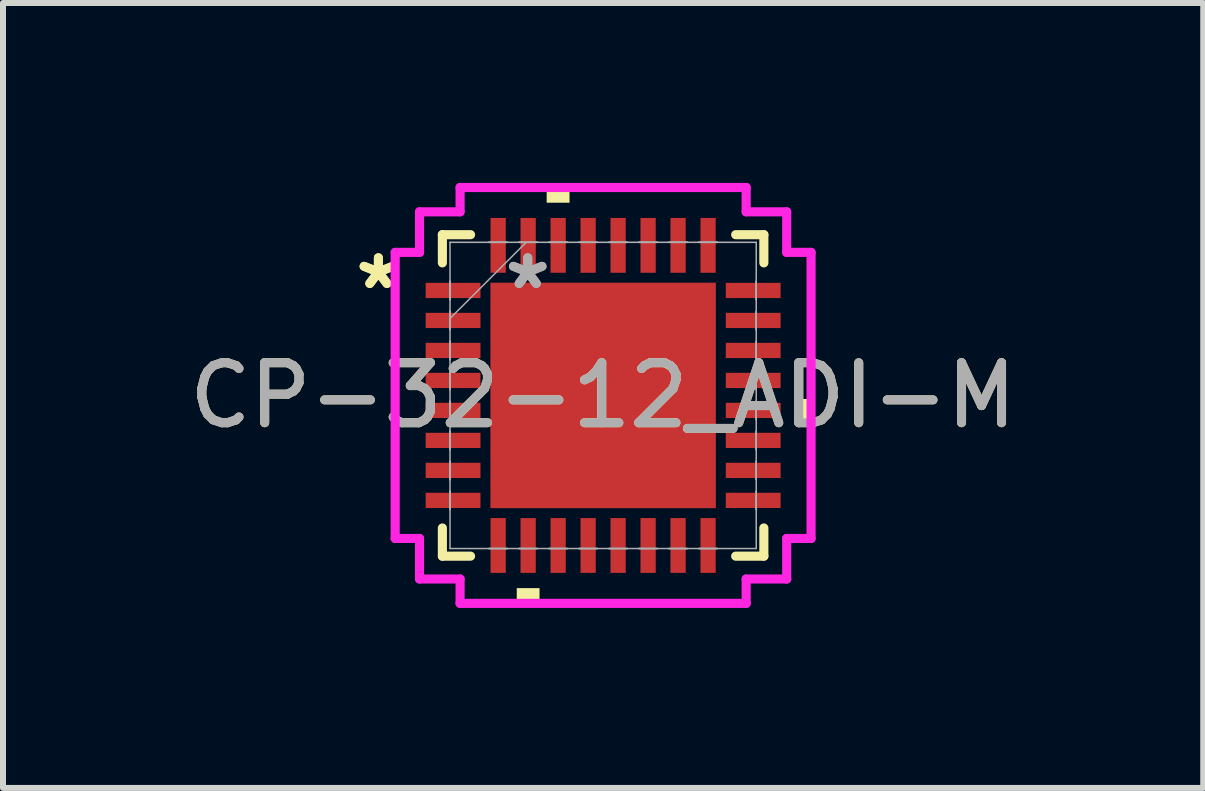
<source format=kicad_pcb>
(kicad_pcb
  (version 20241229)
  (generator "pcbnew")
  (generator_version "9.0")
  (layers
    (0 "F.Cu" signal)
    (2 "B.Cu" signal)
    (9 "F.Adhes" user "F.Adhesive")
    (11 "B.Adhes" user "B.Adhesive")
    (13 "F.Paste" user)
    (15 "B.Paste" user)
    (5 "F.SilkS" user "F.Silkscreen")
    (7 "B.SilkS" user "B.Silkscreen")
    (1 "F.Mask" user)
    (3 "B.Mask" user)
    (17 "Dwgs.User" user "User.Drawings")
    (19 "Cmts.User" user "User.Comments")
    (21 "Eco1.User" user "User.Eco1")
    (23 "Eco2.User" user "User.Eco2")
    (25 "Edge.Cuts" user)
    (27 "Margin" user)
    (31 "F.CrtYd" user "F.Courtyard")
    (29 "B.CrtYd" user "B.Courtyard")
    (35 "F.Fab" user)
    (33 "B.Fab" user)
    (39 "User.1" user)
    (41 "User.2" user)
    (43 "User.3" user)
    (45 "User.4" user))
  (footprint "CP-32-12_ADI-M"
    (layer "F.Cu")
    (at 7.006 3.543)
    (property "Reference" "CP-32-12_ADI-M" (at 0 0 0) (unlocked yes) (layer "F.SilkS") (effects (font (size 1 1) (thickness 0.15))))
    (attr smd)
    (fp_line (start -2.68 -2.68) (end -2.68 -2.21) (stroke (width 0.152) (type solid)) (layer "F.SilkS"))
    (fp_line (start -2.68 2.21) (end -2.68 2.68) (stroke (width 0.152) (type solid)) (layer "F.SilkS"))
    (fp_line (start -2.68 2.68) (end -2.21 2.68) (stroke (width 0.152) (type solid)) (layer "F.SilkS"))
    (fp_line (start -2.21 -2.68) (end -2.68 -2.68) (stroke (width 0.152) (type solid)) (layer "F.SilkS"))
    (fp_line (start 2.21 2.68) (end 2.68 2.68) (stroke (width 0.152) (type solid)) (layer "F.SilkS"))
    (fp_line (start 2.68 -2.68) (end 2.21 -2.68) (stroke (width 0.152) (type solid)) (layer "F.SilkS"))
    (fp_line (start 2.68 -2.21) (end 2.68 -2.68) (stroke (width 0.152) (type solid)) (layer "F.SilkS"))
    (fp_line (start 2.68 2.68) (end 2.68 2.21) (stroke (width 0.152) (type solid)) (layer "F.SilkS"))
    (fp_poly (pts (xy -1.44 3.213) (xy -1.44 3.467) (xy -1.06 3.467) (xy -1.06 3.213)) (stroke (width 0) (type solid)) (fill yes) (layer "F.SilkS"))
    (fp_poly (pts (xy -0.941 -3.213) (xy -0.941 -3.467) (xy -0.56 -3.467) (xy -0.56 -3.213)) (stroke (width 0) (type solid)) (fill yes) (layer "F.SilkS"))
    (fp_poly (pts (xy 3.467 0.059) (xy 3.467 0.441) (xy 3.213 0.441) (xy 3.213 0.059)) (stroke (width 0) (type solid)) (fill yes) (layer "F.SilkS"))
    (fp_line (start -3.467 -2.385) (end -3.061 -2.385) (stroke (width 0.152) (type solid)) (layer "F.CrtYd"))
    (fp_line (start -3.467 2.385) (end -3.467 -2.385) (stroke (width 0.152) (type solid)) (layer "F.CrtYd"))
    (fp_line (start -3.061 -3.061) (end -2.385 -3.061) (stroke (width 0.152) (type solid)) (layer "F.CrtYd"))
    (fp_line (start -3.061 -2.385) (end -3.061 -3.061) (stroke (width 0.152) (type solid)) (layer "F.CrtYd"))
    (fp_line (start -3.061 2.385) (end -3.467 2.385) (stroke (width 0.152) (type solid)) (layer "F.CrtYd"))
    (fp_line (start -3.061 3.061) (end -3.061 2.385) (stroke (width 0.152) (type solid)) (layer "F.CrtYd"))
    (fp_line (start -2.385 -3.467) (end 2.385 -3.467) (stroke (width 0.152) (type solid)) (layer "F.CrtYd"))
    (fp_line (start -2.385 -3.061) (end -2.385 -3.467) (stroke (width 0.152) (type solid)) (layer "F.CrtYd"))
    (fp_line (start -2.385 3.061) (end -3.061 3.061) (stroke (width 0.152) (type solid)) (layer "F.CrtYd"))
    (fp_line (start -2.385 3.467) (end -2.385 3.061) (stroke (width 0.152) (type solid)) (layer "F.CrtYd"))
    (fp_line (start 2.385 -3.467) (end 2.385 -3.061) (stroke (width 0.152) (type solid)) (layer "F.CrtYd"))
    (fp_line (start 2.385 -3.061) (end 3.061 -3.061) (stroke (width 0.152) (type solid)) (layer "F.CrtYd"))
    (fp_line (start 2.385 3.061) (end 2.385 3.467) (stroke (width 0.152) (type solid)) (layer "F.CrtYd"))
    (fp_line (start 2.385 3.467) (end -2.385 3.467) (stroke (width 0.152) (type solid)) (layer "F.CrtYd"))
    (fp_line (start 3.061 -3.061) (end 3.061 -2.385) (stroke (width 0.152) (type solid)) (layer "F.CrtYd"))
    (fp_line (start 3.061 -2.385) (end 3.467 -2.385) (stroke (width 0.152) (type solid)) (layer "F.CrtYd"))
    (fp_line (start 3.061 2.385) (end 3.061 3.061) (stroke (width 0.152) (type solid)) (layer "F.CrtYd"))
    (fp_line (start 3.061 3.061) (end 2.385 3.061) (stroke (width 0.152) (type solid)) (layer "F.CrtYd"))
    (fp_line (start 3.467 -2.385) (end 3.467 2.385) (stroke (width 0.152) (type solid)) (layer "F.CrtYd"))
    (fp_line (start 3.467 2.385) (end 3.061 2.385) (stroke (width 0.152) (type solid)) (layer "F.CrtYd"))
    (fp_line (start -2.553 -2.553) (end -2.553 2.553) (stroke (width 0.025) (type solid)) (layer "F.Fab"))
    (fp_line (start -2.553 -1.902) (end -2.553 -1.902) (stroke (width 0.025) (type solid)) (layer "F.Fab"))
    (fp_line (start -2.553 -1.902) (end -2.553 -1.598) (stroke (width 0.025) (type solid)) (layer "F.Fab"))
    (fp_line (start -2.553 -1.598) (end -2.553 -1.902) (stroke (width 0.025) (type solid)) (layer "F.Fab"))
    (fp_line (start -2.553 -1.598) (end -2.553 -1.598) (stroke (width 0.025) (type solid)) (layer "F.Fab"))
    (fp_line (start -2.553 -1.402) (end -2.553 -1.402) (stroke (width 0.025) (type solid)) (layer "F.Fab"))
    (fp_line (start -2.553 -1.402) (end -2.553 -1.098) (stroke (width 0.025) (type solid)) (layer "F.Fab"))
    (fp_line (start -2.553 -1.283) (end -1.283 -2.553) (stroke (width 0.025) (type solid)) (layer "F.Fab"))
    (fp_line (start -2.553 -1.098) (end -2.553 -1.402) (stroke (width 0.025) (type solid)) (layer "F.Fab"))
    (fp_line (start -2.553 -1.098) (end -2.553 -1.098) (stroke (width 0.025) (type solid)) (layer "F.Fab"))
    (fp_line (start -2.553 -0.902) (end -2.553 -0.902) (stroke (width 0.025) (type solid)) (layer "F.Fab"))
    (fp_line (start -2.553 -0.902) (end -2.553 -0.598) (stroke (width 0.025) (type solid)) (layer "F.Fab"))
    (fp_line (start -2.553 -0.598) (end -2.553 -0.902) (stroke (width 0.025) (type solid)) (layer "F.Fab"))
    (fp_line (start -2.553 -0.598) (end -2.553 -0.598) (stroke (width 0.025) (type solid)) (layer "F.Fab"))
    (fp_line (start -2.553 -0.402) (end -2.553 -0.402) (stroke (width 0.025) (type solid)) (layer "F.Fab"))
    (fp_line (start -2.553 -0.402) (end -2.553 -0.098) (stroke (width 0.025) (type solid)) (layer "F.Fab"))
    (fp_line (start -2.553 -0.098) (end -2.553 -0.402) (stroke (width 0.025) (type solid)) (layer "F.Fab"))
    (fp_line (start -2.553 -0.098) (end -2.553 -0.098) (stroke (width 0.025) (type solid)) (layer "F.Fab"))
    (fp_line (start -2.553 0.098) (end -2.553 0.098) (stroke (width 0.025) (type solid)) (layer "F.Fab"))
    (fp_line (start -2.553 0.098) (end -2.553 0.402) (stroke (width 0.025) (type solid)) (layer "F.Fab"))
    (fp_line (start -2.553 0.402) (end -2.553 0.098) (stroke (width 0.025) (type solid)) (layer "F.Fab"))
    (fp_line (start -2.553 0.402) (end -2.553 0.402) (stroke (width 0.025) (type solid)) (layer "F.Fab"))
    (fp_line (start -2.553 0.598) (end -2.553 0.598) (stroke (width 0.025) (type solid)) (layer "F.Fab"))
    (fp_line (start -2.553 0.598) (end -2.553 0.902) (stroke (width 0.025) (type solid)) (layer "F.Fab"))
    (fp_line (start -2.553 0.902) (end -2.553 0.598) (stroke (width 0.025) (type solid)) (layer "F.Fab"))
    (fp_line (start -2.553 0.902) (end -2.553 0.902) (stroke (width 0.025) (type solid)) (layer "F.Fab"))
    (fp_line (start -2.553 1.098) (end -2.553 1.098) (stroke (width 0.025) (type solid)) (layer "F.Fab"))
    (fp_line (start -2.553 1.098) (end -2.553 1.402) (stroke (width 0.025) (type solid)) (layer "F.Fab"))
    (fp_line (start -2.553 1.402) (end -2.553 1.098) (stroke (width 0.025) (type solid)) (layer "F.Fab"))
    (fp_line (start -2.553 1.402) (end -2.553 1.402) (stroke (width 0.025) (type solid)) (layer "F.Fab"))
    (fp_line (start -2.553 1.598) (end -2.553 1.598) (stroke (width 0.025) (type solid)) (layer "F.Fab"))
    (fp_line (start -2.553 1.598) (end -2.553 1.902) (stroke (width 0.025) (type solid)) (layer "F.Fab"))
    (fp_line (start -2.553 1.902) (end -2.553 1.598) (stroke (width 0.025) (type solid)) (layer "F.Fab"))
    (fp_line (start -2.553 1.902) (end -2.553 1.902) (stroke (width 0.025) (type solid)) (layer "F.Fab"))
    (fp_line (start -2.553 2.553) (end 2.553 2.553) (stroke (width 0.025) (type solid)) (layer "F.Fab"))
    (fp_line (start -1.902 -2.553) (end -1.902 -2.553) (stroke (width 0.025) (type solid)) (layer "F.Fab"))
    (fp_line (start -1.902 -2.553) (end -1.598 -2.553) (stroke (width 0.025) (type solid)) (layer "F.Fab"))
    (fp_line (start -1.902 2.553) (end -1.902 2.553) (stroke (width 0.025) (type solid)) (layer "F.Fab"))
    (fp_line (start -1.902 2.553) (end -1.598 2.553) (stroke (width 0.025) (type solid)) (layer "F.Fab"))
    (fp_line (start -1.598 -2.553) (end -1.902 -2.553) (stroke (width 0.025) (type solid)) (layer "F.Fab"))
    (fp_line (start -1.598 -2.553) (end -1.598 -2.553) (stroke (width 0.025) (type solid)) (layer "F.Fab"))
    (fp_line (start -1.598 2.553) (end -1.902 2.553) (stroke (width 0.025) (type solid)) (layer "F.Fab"))
    (fp_line (start -1.598 2.553) (end -1.598 2.553) (stroke (width 0.025) (type solid)) (layer "F.Fab"))
    (fp_line (start -1.402 -2.553) (end -1.402 -2.553) (stroke (width 0.025) (type solid)) (layer "F.Fab"))
    (fp_line (start -1.402 -2.553) (end -1.098 -2.553) (stroke (width 0.025) (type solid)) (layer "F.Fab"))
    (fp_line (start -1.402 2.553) (end -1.402 2.553) (stroke (width 0.025) (type solid)) (layer "F.Fab"))
    (fp_line (start -1.402 2.553) (end -1.098 2.553) (stroke (width 0.025) (type solid)) (layer "F.Fab"))
    (fp_line (start -1.098 -2.553) (end -1.402 -2.553) (stroke (width 0.025) (type solid)) (layer "F.Fab"))
    (fp_line (start -1.098 -2.553) (end -1.098 -2.553) (stroke (width 0.025) (type solid)) (layer "F.Fab"))
    (fp_line (start -1.098 2.553) (end -1.402 2.553) (stroke (width 0.025) (type solid)) (layer "F.Fab"))
    (fp_line (start -1.098 2.553) (end -1.098 2.553) (stroke (width 0.025) (type solid)) (layer "F.Fab"))
    (fp_line (start -0.902 -2.553) (end -0.902 -2.553) (stroke (width 0.025) (type solid)) (layer "F.Fab"))
    (fp_line (start -0.902 -2.553) (end -0.598 -2.553) (stroke (width 0.025) (type solid)) (layer "F.Fab"))
    (fp_line (start -0.902 2.553) (end -0.902 2.553) (stroke (width 0.025) (type solid)) (layer "F.Fab"))
    (fp_line (start -0.902 2.553) (end -0.598 2.553) (stroke (width 0.025) (type solid)) (layer "F.Fab"))
    (fp_line (start -0.598 -2.553) (end -0.902 -2.553) (stroke (width 0.025) (type solid)) (layer "F.Fab"))
    (fp_line (start -0.598 -2.553) (end -0.598 -2.553) (stroke (width 0.025) (type solid)) (layer "F.Fab"))
    (fp_line (start -0.598 2.553) (end -0.902 2.553) (stroke (width 0.025) (type solid)) (layer "F.Fab"))
    (fp_line (start -0.598 2.553) (end -0.598 2.553) (stroke (width 0.025) (type solid)) (layer "F.Fab"))
    (fp_line (start -0.402 -2.553) (end -0.402 -2.553) (stroke (width 0.025) (type solid)) (layer "F.Fab"))
    (fp_line (start -0.402 -2.553) (end -0.098 -2.553) (stroke (width 0.025) (type solid)) (layer "F.Fab"))
    (fp_line (start -0.402 2.553) (end -0.402 2.553) (stroke (width 0.025) (type solid)) (layer "F.Fab"))
    (fp_line (start -0.402 2.553) (end -0.098 2.553) (stroke (width 0.025) (type solid)) (layer "F.Fab"))
    (fp_line (start -0.098 -2.553) (end -0.402 -2.553) (stroke (width 0.025) (type solid)) (layer "F.Fab"))
    (fp_line (start -0.098 -2.553) (end -0.098 -2.553) (stroke (width 0.025) (type solid)) (layer "F.Fab"))
    (fp_line (start -0.098 2.553) (end -0.402 2.553) (stroke (width 0.025) (type solid)) (layer "F.Fab"))
    (fp_line (start -0.098 2.553) (end -0.098 2.553) (stroke (width 0.025) (type solid)) (layer "F.Fab"))
    (fp_line (start 0.098 -2.553) (end 0.098 -2.553) (stroke (width 0.025) (type solid)) (layer "F.Fab"))
    (fp_line (start 0.098 -2.553) (end 0.402 -2.553) (stroke (width 0.025) (type solid)) (layer "F.Fab"))
    (fp_line (start 0.098 2.553) (end 0.098 2.553) (stroke (width 0.025) (type solid)) (layer "F.Fab"))
    (fp_line (start 0.098 2.553) (end 0.402 2.553) (stroke (width 0.025) (type solid)) (layer "F.Fab"))
    (fp_line (start 0.402 -2.553) (end 0.098 -2.553) (stroke (width 0.025) (type solid)) (layer "F.Fab"))
    (fp_line (start 0.402 -2.553) (end 0.402 -2.553) (stroke (width 0.025) (type solid)) (layer "F.Fab"))
    (fp_line (start 0.402 2.553) (end 0.098 2.553) (stroke (width 0.025) (type solid)) (layer "F.Fab"))
    (fp_line (start 0.402 2.553) (end 0.402 2.553) (stroke (width 0.025) (type solid)) (layer "F.Fab"))
    (fp_line (start 0.598 -2.553) (end 0.598 -2.553) (stroke (width 0.025) (type solid)) (layer "F.Fab"))
    (fp_line (start 0.598 -2.553) (end 0.902 -2.553) (stroke (width 0.025) (type solid)) (layer "F.Fab"))
    (fp_line (start 0.598 2.553) (end 0.598 2.553) (stroke (width 0.025) (type solid)) (layer "F.Fab"))
    (fp_line (start 0.598 2.553) (end 0.902 2.553) (stroke (width 0.025) (type solid)) (layer "F.Fab"))
    (fp_line (start 0.902 -2.553) (end 0.598 -2.553) (stroke (width 0.025) (type solid)) (layer "F.Fab"))
    (fp_line (start 0.902 -2.553) (end 0.902 -2.553) (stroke (width 0.025) (type solid)) (layer "F.Fab"))
    (fp_line (start 0.902 2.553) (end 0.598 2.553) (stroke (width 0.025) (type solid)) (layer "F.Fab"))
    (fp_line (start 0.902 2.553) (end 0.902 2.553) (stroke (width 0.025) (type solid)) (layer "F.Fab"))
    (fp_line (start 1.098 -2.553) (end 1.098 -2.553) (stroke (width 0.025) (type solid)) (layer "F.Fab"))
    (fp_line (start 1.098 -2.553) (end 1.402 -2.553) (stroke (width 0.025) (type solid)) (layer "F.Fab"))
    (fp_line (start 1.098 2.553) (end 1.098 2.553) (stroke (width 0.025) (type solid)) (layer "F.Fab"))
    (fp_line (start 1.098 2.553) (end 1.402 2.553) (stroke (width 0.025) (type solid)) (layer "F.Fab"))
    (fp_line (start 1.402 -2.553) (end 1.098 -2.553) (stroke (width 0.025) (type solid)) (layer "F.Fab"))
    (fp_line (start 1.402 -2.553) (end 1.402 -2.553) (stroke (width 0.025) (type solid)) (layer "F.Fab"))
    (fp_line (start 1.402 2.553) (end 1.098 2.553) (stroke (width 0.025) (type solid)) (layer "F.Fab"))
    (fp_line (start 1.402 2.553) (end 1.402 2.553) (stroke (width 0.025) (type solid)) (layer "F.Fab"))
    (fp_line (start 1.598 -2.553) (end 1.598 -2.553) (stroke (width 0.025) (type solid)) (layer "F.Fab"))
    (fp_line (start 1.598 -2.553) (end 1.902 -2.553) (stroke (width 0.025) (type solid)) (layer "F.Fab"))
    (fp_line (start 1.598 2.553) (end 1.598 2.553) (stroke (width 0.025) (type solid)) (layer "F.Fab"))
    (fp_line (start 1.598 2.553) (end 1.902 2.553) (stroke (width 0.025) (type solid)) (layer "F.Fab"))
    (fp_line (start 1.902 -2.553) (end 1.598 -2.553) (stroke (width 0.025) (type solid)) (layer "F.Fab"))
    (fp_line (start 1.902 -2.553) (end 1.902 -2.553) (stroke (width 0.025) (type solid)) (layer "F.Fab"))
    (fp_line (start 1.902 2.553) (end 1.598 2.553) (stroke (width 0.025) (type solid)) (layer "F.Fab"))
    (fp_line (start 1.902 2.553) (end 1.902 2.553) (stroke (width 0.025) (type solid)) (layer "F.Fab"))
    (fp_line (start 2.553 -2.553) (end -2.553 -2.553) (stroke (width 0.025) (type solid)) (layer "F.Fab"))
    (fp_line (start 2.553 -1.902) (end 2.553 -1.902) (stroke (width 0.025) (type solid)) (layer "F.Fab"))
    (fp_line (start 2.553 -1.902) (end 2.553 -1.598) (stroke (width 0.025) (type solid)) (layer "F.Fab"))
    (fp_line (start 2.553 -1.598) (end 2.553 -1.902) (stroke (width 0.025) (type solid)) (layer "F.Fab"))
    (fp_line (start 2.553 -1.598) (end 2.553 -1.598) (stroke (width 0.025) (type solid)) (layer "F.Fab"))
    (fp_line (start 2.553 -1.402) (end 2.553 -1.402) (stroke (width 0.025) (type solid)) (layer "F.Fab"))
    (fp_line (start 2.553 -1.402) (end 2.553 -1.098) (stroke (width 0.025) (type solid)) (layer "F.Fab"))
    (fp_line (start 2.553 -1.098) (end 2.553 -1.402) (stroke (width 0.025) (type solid)) (layer "F.Fab"))
    (fp_line (start 2.553 -1.098) (end 2.553 -1.098) (stroke (width 0.025) (type solid)) (layer "F.Fab"))
    (fp_line (start 2.553 -0.902) (end 2.553 -0.902) (stroke (width 0.025) (type solid)) (layer "F.Fab"))
    (fp_line (start 2.553 -0.902) (end 2.553 -0.598) (stroke (width 0.025) (type solid)) (layer "F.Fab"))
    (fp_line (start 2.553 -0.598) (end 2.553 -0.902) (stroke (width 0.025) (type solid)) (layer "F.Fab"))
    (fp_line (start 2.553 -0.598) (end 2.553 -0.598) (stroke (width 0.025) (type solid)) (layer "F.Fab"))
    (fp_line (start 2.553 -0.402) (end 2.553 -0.402) (stroke (width 0.025) (type solid)) (layer "F.Fab"))
    (fp_line (start 2.553 -0.402) (end 2.553 -0.098) (stroke (width 0.025) (type solid)) (layer "F.Fab"))
    (fp_line (start 2.553 -0.098) (end 2.553 -0.402) (stroke (width 0.025) (type solid)) (layer "F.Fab"))
    (fp_line (start 2.553 -0.098) (end 2.553 -0.098) (stroke (width 0.025) (type solid)) (layer "F.Fab"))
    (fp_line (start 2.553 0.098) (end 2.553 0.098) (stroke (width 0.025) (type solid)) (layer "F.Fab"))
    (fp_line (start 2.553 0.098) (end 2.553 0.402) (stroke (width 0.025) (type solid)) (layer "F.Fab"))
    (fp_line (start 2.553 0.402) (end 2.553 0.098) (stroke (width 0.025) (type solid)) (layer "F.Fab"))
    (fp_line (start 2.553 0.402) (end 2.553 0.402) (stroke (width 0.025) (type solid)) (layer "F.Fab"))
    (fp_line (start 2.553 0.598) (end 2.553 0.598) (stroke (width 0.025) (type solid)) (layer "F.Fab"))
    (fp_line (start 2.553 0.598) (end 2.553 0.902) (stroke (width 0.025) (type solid)) (layer "F.Fab"))
    (fp_line (start 2.553 0.902) (end 2.553 0.598) (stroke (width 0.025) (type solid)) (layer "F.Fab"))
    (fp_line (start 2.553 0.902) (end 2.553 0.902) (stroke (width 0.025) (type solid)) (layer "F.Fab"))
    (fp_line (start 2.553 1.098) (end 2.553 1.098) (stroke (width 0.025) (type solid)) (layer "F.Fab"))
    (fp_line (start 2.553 1.098) (end 2.553 1.402) (stroke (width 0.025) (type solid)) (layer "F.Fab"))
    (fp_line (start 2.553 1.402) (end 2.553 1.098) (stroke (width 0.025) (type solid)) (layer "F.Fab"))
    (fp_line (start 2.553 1.402) (end 2.553 1.402) (stroke (width 0.025) (type solid)) (layer "F.Fab"))
    (fp_line (start 2.553 1.598) (end 2.553 1.598) (stroke (width 0.025) (type solid)) (layer "F.Fab"))
    (fp_line (start 2.553 1.598) (end 2.553 1.902) (stroke (width 0.025) (type solid)) (layer "F.Fab"))
    (fp_line (start 2.553 1.902) (end 2.553 1.598) (stroke (width 0.025) (type solid)) (layer "F.Fab"))
    (fp_line (start 2.553 1.902) (end 2.553 1.902) (stroke (width 0.025) (type solid)) (layer "F.Fab"))
    (fp_line (start 2.553 2.553) (end 2.553 -2.553) (stroke (width 0.025) (type solid)) (layer "F.Fab"))
    (fp_text user "*" (at -3.747 -1.75 0) (unlocked yes) (layer "F.SilkS") (effects (font (size 1 1) (thickness 0.15))))
    (fp_text user "*" (at -3.747 -1.75 0) (layer "F.SilkS") (effects (font (size 1 1) (thickness 0.15))))
    (fp_text user "*" (at -1.257 -1.75 0) (layer "F.Fab") (effects (font (size 1 1) (thickness 0.15))))
    (fp_text user "*" (at -1.257 -1.75 0) (unlocked yes) (layer "F.Fab") (effects (font (size 1 1) (thickness 0.15))))
    (fp_text user "${REFERENCE}" (at 0 0 0) (unlocked yes) (layer "F.Fab") (effects (font (size 1 1) (thickness 0.15))))
    (pad "1" smd rect (at -2.502 -1.75 90) (size 0.254 0.914) (layers "F.Cu" "F.Mask" "F.Paste"))
    (pad "2" smd rect (at -2.502 -1.25 90) (size 0.254 0.914) (layers "F.Cu" "F.Mask" "F.Paste"))
    (pad "3" smd rect (at -2.502 -0.75 90) (size 0.254 0.914) (layers "F.Cu" "F.Mask" "F.Paste"))
    (pad "4" smd rect (at -2.502 -0.25 90) (size 0.254 0.914) (layers "F.Cu" "F.Mask" "F.Paste"))
    (pad "5" smd rect (at -2.502 0.25 90) (size 0.254 0.914) (layers "F.Cu" "F.Mask" "F.Paste"))
    (pad "6" smd rect (at -2.502 0.75 90) (size 0.254 0.914) (layers "F.Cu" "F.Mask" "F.Paste"))
    (pad "7" smd rect (at -2.502 1.25 90) (size 0.254 0.914) (layers "F.Cu" "F.Mask" "F.Paste"))
    (pad "8" smd rect (at -2.502 1.75 90) (size 0.254 0.914) (layers "F.Cu" "F.Mask" "F.Paste"))
    (pad "9" smd rect (at -1.75 2.502) (size 0.254 0.914) (layers "F.Cu" "F.Mask" "F.Paste"))
    (pad "10" smd rect (at -1.25 2.502) (size 0.254 0.914) (layers "F.Cu" "F.Mask" "F.Paste"))
    (pad "11" smd rect (at -0.75 2.502) (size 0.254 0.914) (layers "F.Cu" "F.Mask" "F.Paste"))
    (pad "12" smd rect (at -0.25 2.502) (size 0.254 0.914) (layers "F.Cu" "F.Mask" "F.Paste"))
    (pad "13" smd rect (at 0.25 2.502) (size 0.254 0.914) (layers "F.Cu" "F.Mask" "F.Paste"))
    (pad "14" smd rect (at 0.75 2.502) (size 0.254 0.914) (layers "F.Cu" "F.Mask" "F.Paste"))
    (pad "15" smd rect (at 1.25 2.502) (size 0.254 0.914) (layers "F.Cu" "F.Mask" "F.Paste"))
    (pad "16" smd rect (at 1.75 2.502) (size 0.254 0.914) (layers "F.Cu" "F.Mask" "F.Paste"))
    (pad "17" smd rect (at 2.502 1.75 90) (size 0.254 0.914) (layers "F.Cu" "F.Mask" "F.Paste"))
    (pad "18" smd rect (at 2.502 1.25 90) (size 0.254 0.914) (layers "F.Cu" "F.Mask" "F.Paste"))
    (pad "19" smd rect (at 2.502 0.75 90) (size 0.254 0.914) (layers "F.Cu" "F.Mask" "F.Paste"))
    (pad "20" smd rect (at 2.502 0.25 90) (size 0.254 0.914) (layers "F.Cu" "F.Mask" "F.Paste"))
    (pad "21" smd rect (at 2.502 -0.25 90) (size 0.254 0.914) (layers "F.Cu" "F.Mask" "F.Paste"))
    (pad "22" smd rect (at 2.502 -0.75 90) (size 0.254 0.914) (layers "F.Cu" "F.Mask" "F.Paste"))
    (pad "23" smd rect (at 2.502 -1.25 90) (size 0.254 0.914) (layers "F.Cu" "F.Mask" "F.Paste"))
    (pad "24" smd rect (at 2.502 -1.75 90) (size 0.254 0.914) (layers "F.Cu" "F.Mask" "F.Paste"))
    (pad "25" smd rect (at 1.75 -2.502) (size 0.254 0.914) (layers "F.Cu" "F.Mask" "F.Paste"))
    (pad "26" smd rect (at 1.25 -2.502) (size 0.254 0.914) (layers "F.Cu" "F.Mask" "F.Paste"))
    (pad "27" smd rect (at 0.75 -2.502) (size 0.254 0.914) (layers "F.Cu" "F.Mask" "F.Paste"))
    (pad "28" smd rect (at 0.25 -2.502) (size 0.254 0.914) (layers "F.Cu" "F.Mask" "F.Paste"))
    (pad "29" smd rect (at -0.25 -2.502) (size 0.254 0.914) (layers "F.Cu" "F.Mask" "F.Paste"))
    (pad "30" smd rect (at -0.75 -2.502) (size 0.254 0.914) (layers "F.Cu" "F.Mask" "F.Paste"))
    (pad "31" smd rect (at -1.25 -2.502) (size 0.254 0.914) (layers "F.Cu" "F.Mask" "F.Paste"))
    (pad "32" smd rect (at -1.75 -2.502) (size 0.254 0.914) (layers "F.Cu" "F.Mask" "F.Paste"))
    (pad "33" smd rect (at 0 0) (size 3.759 3.759) (layers "F.Cu" "F.Mask" "F.Paste")))
  (gr_rect
    (start -3 -3)
    (end 17.012 10.087)
    (stroke (width 0.1) (type default))
    (fill no)
    (layer "Edge.Cuts")))
</source>
